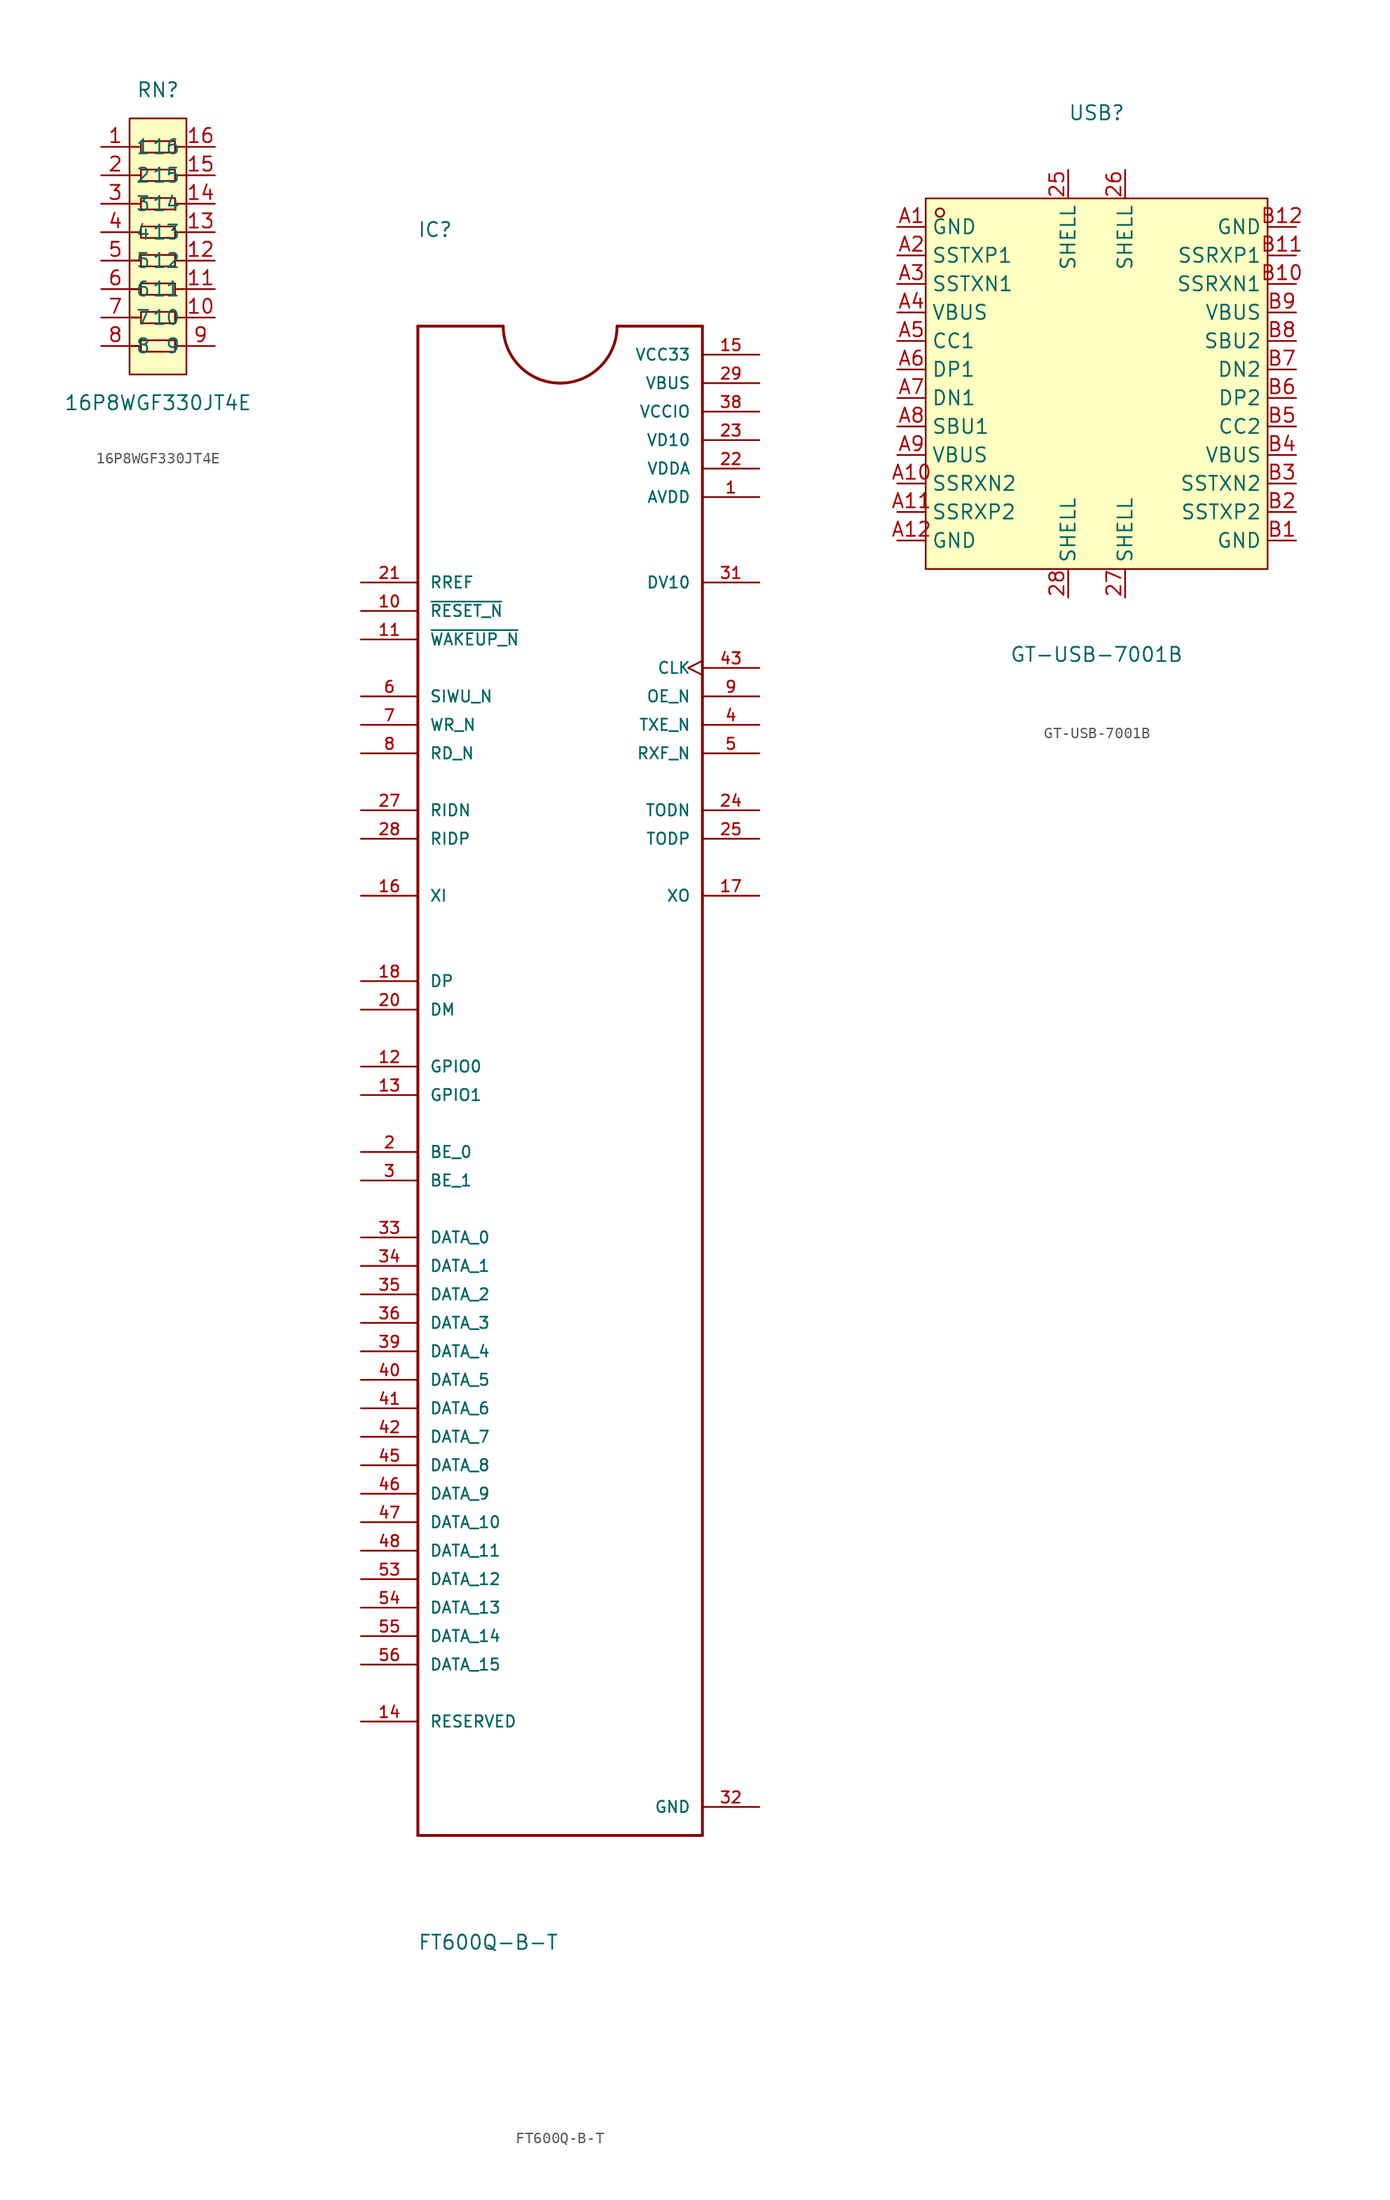
<source format=kicad_sym>
(kicad_symbol_lib
  (version 20231120)
  (generator "kicad_symbol_editor")
  (generator_version "8.0")
  (symbol "16P8WGF330JT4E"
    (property "Reference" "RN"
      (at 0 13.97 0)
      (effects (font (size 1.27 1.27))))
    (property "Value" "16P8WGF330JT4E"
      (at 0 -13.97 0)
      (effects (font (size 1.27 1.27))))
    (symbol "16P8WGF330JT4E_0_1"
      (rectangle (start -2.54 11.43) (end 2.54 -11.43) (stroke (width 0) (type default)) (fill (type background)))
      (rectangle (start -1.52 -8.38) (end 1.52 -9.4) (stroke (width 0) (type default)) (fill (type background)))
      (rectangle (start -1.52 -5.84) (end 1.52 -6.86) (stroke (width 0) (type default)) (fill (type background)))
      (rectangle (start -1.52 -3.3) (end 1.52 -4.32) (stroke (width 0) (type default)) (fill (type background)))
      (rectangle (start -1.52 -0.76) (end 1.52 -1.78) (stroke (width 0) (type default)) (fill (type background)))
      (rectangle (start -1.52 1.78) (end 1.52 0.76) (stroke (width 0) (type default)) (fill (type background)))
      (rectangle (start -1.52 4.32) (end 1.52 3.3) (stroke (width 0) (type default)) (fill (type background)))
      (rectangle (start -1.52 6.86) (end 1.52 5.84) (stroke (width 0) (type default)) (fill (type background)))
      (rectangle (start -1.52 9.4) (end 1.52 8.38) (stroke (width 0) (type default)) (fill (type background)))
      (polyline (pts (xy -2.54 -8.89) (xy -1.52 -8.89)) (stroke (width 0) (type default)) (fill (type none)))
      (polyline (pts (xy -2.54 -6.35) (xy -1.52 -6.35)) (stroke (width 0) (type default)) (fill (type none)))
      (polyline (pts (xy -2.54 -3.81) (xy -1.52 -3.81)) (stroke (width 0) (type default)) (fill (type none)))
      (polyline (pts (xy -2.54 1.27) (xy -1.52 1.27)) (stroke (width 0) (type default)) (fill (type none)))
      (polyline (pts (xy -2.54 3.81) (xy -1.52 3.81)) (stroke (width 0) (type default)) (fill (type none)))
      (polyline (pts (xy -2.54 6.35) (xy -1.52 6.35)) (stroke (width 0) (type default)) (fill (type none)))
      (polyline (pts (xy -1.52 -8.89) (xy -2.54 -8.89)) (stroke (width 0) (type default)) (fill (type none)))
      (polyline (pts (xy -1.52 -6.35) (xy -2.54 -6.35)) (stroke (width 0) (type default)) (fill (type none)))
      (polyline (pts (xy -1.52 -3.81) (xy -2.54 -3.81)) (stroke (width 0) (type default)) (fill (type none)))
      (polyline (pts (xy -1.52 -1.27) (xy -2.54 -1.27)) (stroke (width 0) (type default)) (fill (type none)))
      (polyline (pts (xy -1.52 -1.27) (xy -2.54 -1.27)) (stroke (width 0) (type default)) (fill (type none)))
      (polyline (pts (xy -1.52 8.89) (xy -2.54 8.89)) (stroke (width 0) (type default)) (fill (type none)))
      (polyline (pts (xy 1.52 -8.89) (xy 2.54 -8.89)) (stroke (width 0) (type default)) (fill (type none)))
      (polyline (pts (xy 1.52 -6.35) (xy 2.54 -6.35)) (stroke (width 0) (type default)) (fill (type none)))
      (polyline (pts (xy 1.52 -3.81) (xy 2.54 -3.81)) (stroke (width 0) (type default)) (fill (type none)))
      (polyline (pts (xy 1.52 -1.27) (xy 2.54 -1.27)) (stroke (width 0) (type default)) (fill (type none)))
      (polyline (pts (xy 1.52 1.27) (xy 2.54 1.27)) (stroke (width 0) (type default)) (fill (type none)))
      (polyline (pts (xy 1.52 3.81) (xy 2.54 3.81)) (stroke (width 0) (type default)) (fill (type none)))
      (polyline (pts (xy 1.52 6.35) (xy 2.54 6.35)) (stroke (width 0) (type default)) (fill (type none)))
      (polyline (pts (xy 2.54 8.89) (xy 1.52 8.89)) (stroke (width 0) (type default)) (fill (type none)))
      (pin unspecified line (at -5.08 8.89 0) (length 2.54) (name "1" (effects (font (size 1.27 1.27)))) (number "1" (effects (font (size 1.27 1.27)))))
      (pin unspecified line (at 5.08 -6.35 180) (length 2.54) (name "10" (effects (font (size 1.27 1.27)))) (number "10" (effects (font (size 1.27 1.27)))))
      (pin unspecified line (at 5.08 -3.81 180) (length 2.54) (name "11" (effects (font (size 1.27 1.27)))) (number "11" (effects (font (size 1.27 1.27)))))
      (pin unspecified line (at 5.08 -1.27 180) (length 2.54) (name "12" (effects (font (size 1.27 1.27)))) (number "12" (effects (font (size 1.27 1.27)))))
      (pin unspecified line (at 5.08 1.27 180) (length 2.54) (name "13" (effects (font (size 1.27 1.27)))) (number "13" (effects (font (size 1.27 1.27)))))
      (pin unspecified line (at 5.08 3.81 180) (length 2.54) (name "14" (effects (font (size 1.27 1.27)))) (number "14" (effects (font (size 1.27 1.27)))))
      (pin unspecified line (at 5.08 6.35 180) (length 2.54) (name "15" (effects (font (size 1.27 1.27)))) (number "15" (effects (font (size 1.27 1.27)))))
      (pin unspecified line (at 5.08 8.89 180) (length 2.54) (name "16" (effects (font (size 1.27 1.27)))) (number "16" (effects (font (size 1.27 1.27)))))
      (pin unspecified line (at -5.08 6.35 0) (length 2.54) (name "2" (effects (font (size 1.27 1.27)))) (number "2" (effects (font (size 1.27 1.27)))))
      (pin unspecified line (at -5.08 3.81 0) (length 2.54) (name "3" (effects (font (size 1.27 1.27)))) (number "3" (effects (font (size 1.27 1.27)))))
      (pin unspecified line (at -5.08 1.27 0) (length 2.54) (name "4" (effects (font (size 1.27 1.27)))) (number "4" (effects (font (size 1.27 1.27)))))
      (pin unspecified line (at -5.08 -1.27 0) (length 2.54) (name "5" (effects (font (size 1.27 1.27)))) (number "5" (effects (font (size 1.27 1.27)))))
      (pin unspecified line (at -5.08 -3.81 0) (length 2.54) (name "6" (effects (font (size 1.27 1.27)))) (number "6" (effects (font (size 1.27 1.27)))))
      (pin unspecified line (at -5.08 -6.35 0) (length 2.54) (name "7" (effects (font (size 1.27 1.27)))) (number "7" (effects (font (size 1.27 1.27)))))
      (pin unspecified line (at -5.08 -8.89 0) (length 2.54) (name "8" (effects (font (size 1.27 1.27)))) (number "8" (effects (font (size 1.27 1.27)))))
      (pin unspecified line (at 5.08 -8.89 180) (length 2.54) (name "9" (effects (font (size 1.27 1.27)))) (number "9" (effects (font (size 1.27 1.27)))))))
  (symbol "FT600Q-B-T"
    (pin_names
      (offset 1.016))
    (property "Reference" "IC"
      (at -12.74 76.441 0)
      (effects (font (size 1.27 1.27)) (justify left bottom)))
    (property "Value" "FT600Q-B-T"
      (at -12.72 -76.321 0)
      (effects (font (size 1.27 1.27)) (justify left bottom)))
    (symbol "FT600Q-B-T_0_0"
      (arc (start -5.08 68.58) (mid 0 63.5221) (end 5.08 68.58) (stroke (width 0.254) (type default)) (fill (type none)))
      (polyline (pts (xy -12.7 -66.04) (xy 12.7 -66.04)) (stroke (width 0.254) (type default)) (fill (type none)))
      (polyline (pts (xy -12.7 68.58) (xy -12.7 -66.04)) (stroke (width 0.254) (type default)) (fill (type none)))
      (polyline (pts (xy -5.08 68.58) (xy -12.7 68.58)) (stroke (width 0.254) (type default)) (fill (type none)))
      (polyline (pts (xy 12.7 -66.04) (xy 12.7 68.58)) (stroke (width 0.254) (type default)) (fill (type none)))
      (polyline (pts (xy 12.7 68.58) (xy 5.08 68.58)) (stroke (width 0.254) (type default)) (fill (type none)))
      (pin power_in line (at 17.78 53.34 180) (length 5.08) (name "AVDD" (effects (font (size 1.016 1.016)))) (number "1" (effects (font (size 1.016 1.016)))))
      (pin input line (at -17.78 43.18 0) (length 5.08) (name "~{RESET_N}" (effects (font (size 1.016 1.016)))) (number "10" (effects (font (size 1.016 1.016)))))
      (pin input line (at -17.78 40.64 0) (length 5.08) (name "~{WAKEUP_N}" (effects (font (size 1.016 1.016)))) (number "11" (effects (font (size 1.016 1.016)))))
      (pin bidirectional line (at -17.78 2.54 0) (length 5.08) (name "GPIO0" (effects (font (size 1.016 1.016)))) (number "12" (effects (font (size 1.016 1.016)))))
      (pin bidirectional line (at -17.78 0 0) (length 5.08) (name "GPIO1" (effects (font (size 1.016 1.016)))) (number "13" (effects (font (size 1.016 1.016)))))
      (pin bidirectional line (at -17.78 -55.88 0) (length 5.08) (name "RESERVED" (effects (font (size 1.016 1.016)))) (number "14" (effects (font (size 1.016 1.016)))))
      (pin power_in line (at 17.78 66.04 180) (length 5.08) (name "VCC33" (effects (font (size 1.016 1.016)))) (number "15" (effects (font (size 1.016 1.016)))))
      (pin input line (at -17.78 17.78 0) (length 5.08) (name "XI" (effects (font (size 1.016 1.016)))) (number "16" (effects (font (size 1.016 1.016)))))
      (pin output line (at 17.78 17.78 180) (length 5.08) (name "XO" (effects (font (size 1.016 1.016)))) (number "17" (effects (font (size 1.016 1.016)))))
      (pin bidirectional line (at -17.78 10.16 0) (length 5.08) (name "DP" (effects (font (size 1.016 1.016)))) (number "18" (effects (font (size 1.016 1.016)))))
      (pin bidirectional line (at -17.78 -5.08 0) (length 5.08) (name "BE_0" (effects (font (size 1.016 1.016)))) (number "2" (effects (font (size 1.016 1.016)))))
      (pin bidirectional line (at -17.78 7.62 0) (length 5.08) (name "DM" (effects (font (size 1.016 1.016)))) (number "20" (effects (font (size 1.016 1.016)))))
      (pin input line (at -17.78 45.72 0) (length 5.08) (name "RREF" (effects (font (size 1.016 1.016)))) (number "21" (effects (font (size 1.016 1.016)))))
      (pin power_in line (at 17.78 55.88 180) (length 5.08) (name "VDDA" (effects (font (size 1.016 1.016)))) (number "22" (effects (font (size 1.016 1.016)))))
      (pin power_in line (at 17.78 58.42 180) (length 5.08) (name "VD10" (effects (font (size 1.016 1.016)))) (number "23" (effects (font (size 1.016 1.016)))))
      (pin output line (at 17.78 25.4 180) (length 5.08) (name "TODN" (effects (font (size 1.016 1.016)))) (number "24" (effects (font (size 1.016 1.016)))))
      (pin output line (at 17.78 22.86 180) (length 5.08) (name "TODP" (effects (font (size 1.016 1.016)))) (number "25" (effects (font (size 1.016 1.016)))))
      (pin input line (at -17.78 25.4 0) (length 5.08) (name "RIDN" (effects (font (size 1.016 1.016)))) (number "27" (effects (font (size 1.016 1.016)))))
      (pin input line (at -17.78 22.86 0) (length 5.08) (name "RIDP" (effects (font (size 1.016 1.016)))) (number "28" (effects (font (size 1.016 1.016)))))
      (pin power_in line (at 17.78 63.5 180) (length 5.08) (name "VBUS" (effects (font (size 1.016 1.016)))) (number "29" (effects (font (size 1.016 1.016)))))
      (pin bidirectional line (at -17.78 -7.62 0) (length 5.08) (name "BE_1" (effects (font (size 1.016 1.016)))) (number "3" (effects (font (size 1.016 1.016)))))
      (pin output line (at 17.78 45.72 180) (length 5.08) (name "DV10" (effects (font (size 1.016 1.016)))) (number "31" (effects (font (size 1.016 1.016)))))
      (pin passive line (at 17.78 -63.5 180) (length 5.08) (name "GND" (effects (font (size 1.016 1.016)))) (number "32" (effects (font (size 1.016 1.016)))))
      (pin bidirectional line (at -17.78 -12.7 0) (length 5.08) (name "DATA_0" (effects (font (size 1.016 1.016)))) (number "33" (effects (font (size 1.016 1.016)))))
      (pin bidirectional line (at -17.78 -15.24 0) (length 5.08) (name "DATA_1" (effects (font (size 1.016 1.016)))) (number "34" (effects (font (size 1.016 1.016)))))
      (pin bidirectional line (at -17.78 -17.78 0) (length 5.08) (name "DATA_2" (effects (font (size 1.016 1.016)))) (number "35" (effects (font (size 1.016 1.016)))))
      (pin bidirectional line (at -17.78 -20.32 0) (length 5.08) (name "DATA_3" (effects (font (size 1.016 1.016)))) (number "36" (effects (font (size 1.016 1.016)))))
      (pin power_in line (at 17.78 60.96 180) (length 5.08) (name "VCCIO" (effects (font (size 1.016 1.016)))) (number "38" (effects (font (size 1.016 1.016)))))
      (pin bidirectional line (at -17.78 -22.86 0) (length 5.08) (name "DATA_4" (effects (font (size 1.016 1.016)))) (number "39" (effects (font (size 1.016 1.016)))))
      (pin output line (at 17.78 33.02 180) (length 5.08) (name "TXE_N" (effects (font (size 1.016 1.016)))) (number "4" (effects (font (size 1.016 1.016)))))
      (pin bidirectional line (at -17.78 -25.4 0) (length 5.08) (name "DATA_5" (effects (font (size 1.016 1.016)))) (number "40" (effects (font (size 1.016 1.016)))))
      (pin bidirectional line (at -17.78 -27.94 0) (length 5.08) (name "DATA_6" (effects (font (size 1.016 1.016)))) (number "41" (effects (font (size 1.016 1.016)))))
      (pin bidirectional line (at -17.78 -30.48 0) (length 5.08) (name "DATA_7" (effects (font (size 1.016 1.016)))) (number "42" (effects (font (size 1.016 1.016)))))
      (pin output clock (at 17.78 38.1 180) (length 5.08) (name "CLK" (effects (font (size 1.016 1.016)))) (number "43" (effects (font (size 1.016 1.016)))))
      (pin bidirectional line (at -17.78 -33.02 0) (length 5.08) (name "DATA_8" (effects (font (size 1.016 1.016)))) (number "45" (effects (font (size 1.016 1.016)))))
      (pin bidirectional line (at -17.78 -35.56 0) (length 5.08) (name "DATA_9" (effects (font (size 1.016 1.016)))) (number "46" (effects (font (size 1.016 1.016)))))
      (pin bidirectional line (at -17.78 -38.1 0) (length 5.08) (name "DATA_10" (effects (font (size 1.016 1.016)))) (number "47" (effects (font (size 1.016 1.016)))))
      (pin bidirectional line (at -17.78 -40.64 0) (length 5.08) (name "DATA_11" (effects (font (size 1.016 1.016)))) (number "48" (effects (font (size 1.016 1.016)))))
      (pin output line (at 17.78 30.48 180) (length 5.08) (name "RXF_N" (effects (font (size 1.016 1.016)))) (number "5" (effects (font (size 1.016 1.016)))))
      (pin bidirectional line (at -17.78 -43.18 0) (length 5.08) (name "DATA_12" (effects (font (size 1.016 1.016)))) (number "53" (effects (font (size 1.016 1.016)))))
      (pin bidirectional line (at -17.78 -45.72 0) (length 5.08) (name "DATA_13" (effects (font (size 1.016 1.016)))) (number "54" (effects (font (size 1.016 1.016)))))
      (pin bidirectional line (at -17.78 -48.26 0) (length 5.08) (name "DATA_14" (effects (font (size 1.016 1.016)))) (number "55" (effects (font (size 1.016 1.016)))))
      (pin bidirectional line (at -17.78 -50.8 0) (length 5.08) (name "DATA_15" (effects (font (size 1.016 1.016)))) (number "56" (effects (font (size 1.016 1.016)))))
      (pin input line (at -17.78 35.56 0) (length 5.08) (name "SIWU_N" (effects (font (size 1.016 1.016)))) (number "6" (effects (font (size 1.016 1.016)))))
      (pin input line (at -17.78 33.02 0) (length 5.08) (name "WR_N" (effects (font (size 1.016 1.016)))) (number "7" (effects (font (size 1.016 1.016)))))
      (pin input line (at -17.78 30.48 0) (length 5.08) (name "RD_N" (effects (font (size 1.016 1.016)))) (number "8" (effects (font (size 1.016 1.016)))))
      (pin output line (at 17.78 35.56 180) (length 5.08) (name "OE_N" (effects (font (size 1.016 1.016)))) (number "9" (effects (font (size 1.016 1.016)))))))
  (symbol "GT-USB-7001B"
    (property "Reference" "USB"
      (at 0 25.4 0)
      (effects (font (size 1.27 1.27))))
    (property "Value" "GT-USB-7001B"
      (at 0 -22.86 0)
      (effects (font (size 1.27 1.27))))
    (symbol "GT-USB-7001B_0_1"
      (rectangle (start -15.24 17.78) (end 15.24 -15.24) (stroke (width 0) (type default)) (fill (type background)))
      (circle (center -13.97 16.51) (radius 0.38) (stroke (width 0) (type default)) (fill (type none)))
      (pin unspecified line (at -2.54 20.32 270) (length 2.54) (name "SHELL" (effects (font (size 1.27 1.27)))) (number "25" (effects (font (size 1.27 1.27)))))
      (pin unspecified line (at 2.54 20.32 270) (length 2.54) (name "SHELL" (effects (font (size 1.27 1.27)))) (number "26" (effects (font (size 1.27 1.27)))))
      (pin unspecified line (at 2.54 -17.78 90) (length 2.54) (name "SHELL" (effects (font (size 1.27 1.27)))) (number "27" (effects (font (size 1.27 1.27)))))
      (pin unspecified line (at -2.54 -17.78 90) (length 2.54) (name "SHELL" (effects (font (size 1.27 1.27)))) (number "28" (effects (font (size 1.27 1.27)))))
      (pin unspecified line (at -17.78 15.24 0) (length 2.54) (name "GND" (effects (font (size 1.27 1.27)))) (number "A1" (effects (font (size 1.27 1.27)))))
      (pin unspecified line (at -17.78 -7.62 0) (length 2.54) (name "SSRXN2" (effects (font (size 1.27 1.27)))) (number "A10" (effects (font (size 1.27 1.27)))))
      (pin unspecified line (at -17.78 -10.16 0) (length 2.54) (name "SSRXP2" (effects (font (size 1.27 1.27)))) (number "A11" (effects (font (size 1.27 1.27)))))
      (pin unspecified line (at -17.78 -12.7 0) (length 2.54) (name "GND" (effects (font (size 1.27 1.27)))) (number "A12" (effects (font (size 1.27 1.27)))))
      (pin unspecified line (at -17.78 12.7 0) (length 2.54) (name "SSTXP1" (effects (font (size 1.27 1.27)))) (number "A2" (effects (font (size 1.27 1.27)))))
      (pin unspecified line (at -17.78 10.16 0) (length 2.54) (name "SSTXN1" (effects (font (size 1.27 1.27)))) (number "A3" (effects (font (size 1.27 1.27)))))
      (pin unspecified line (at -17.78 7.62 0) (length 2.54) (name "VBUS" (effects (font (size 1.27 1.27)))) (number "A4" (effects (font (size 1.27 1.27)))))
      (pin unspecified line (at -17.78 5.08 0) (length 2.54) (name "CC1" (effects (font (size 1.27 1.27)))) (number "A5" (effects (font (size 1.27 1.27)))))
      (pin unspecified line (at -17.78 2.54 0) (length 2.54) (name "DP1" (effects (font (size 1.27 1.27)))) (number "A6" (effects (font (size 1.27 1.27)))))
      (pin unspecified line (at -17.78 0 0) (length 2.54) (name "DN1" (effects (font (size 1.27 1.27)))) (number "A7" (effects (font (size 1.27 1.27)))))
      (pin unspecified line (at -17.78 -2.54 0) (length 2.54) (name "SBU1" (effects (font (size 1.27 1.27)))) (number "A8" (effects (font (size 1.27 1.27)))))
      (pin unspecified line (at -17.78 -5.08 0) (length 2.54) (name "VBUS" (effects (font (size 1.27 1.27)))) (number "A9" (effects (font (size 1.27 1.27)))))
      (pin unspecified line (at 17.78 -12.7 180) (length 2.54) (name "GND" (effects (font (size 1.27 1.27)))) (number "B1" (effects (font (size 1.27 1.27)))))
      (pin unspecified line (at 17.78 10.16 180) (length 2.54) (name "SSRXN1" (effects (font (size 1.27 1.27)))) (number "B10" (effects (font (size 1.27 1.27)))))
      (pin unspecified line (at 17.78 12.7 180) (length 2.54) (name "SSRXP1" (effects (font (size 1.27 1.27)))) (number "B11" (effects (font (size 1.27 1.27)))))
      (pin unspecified line (at 17.78 15.24 180) (length 2.54) (name "GND" (effects (font (size 1.27 1.27)))) (number "B12" (effects (font (size 1.27 1.27)))))
      (pin unspecified line (at 17.78 -10.16 180) (length 2.54) (name "SSTXP2" (effects (font (size 1.27 1.27)))) (number "B2" (effects (font (size 1.27 1.27)))))
      (pin unspecified line (at 17.78 -7.62 180) (length 2.54) (name "SSTXN2" (effects (font (size 1.27 1.27)))) (number "B3" (effects (font (size 1.27 1.27)))))
      (pin unspecified line (at 17.78 -5.08 180) (length 2.54) (name "VBUS" (effects (font (size 1.27 1.27)))) (number "B4" (effects (font (size 1.27 1.27)))))
      (pin unspecified line (at 17.78 -2.54 180) (length 2.54) (name "CC2" (effects (font (size 1.27 1.27)))) (number "B5" (effects (font (size 1.27 1.27)))))
      (pin unspecified line (at 17.78 0 180) (length 2.54) (name "DP2" (effects (font (size 1.27 1.27)))) (number "B6" (effects (font (size 1.27 1.27)))))
      (pin unspecified line (at 17.78 2.54 180) (length 2.54) (name "DN2" (effects (font (size 1.27 1.27)))) (number "B7" (effects (font (size 1.27 1.27)))))
      (pin unspecified line (at 17.78 5.08 180) (length 2.54) (name "SBU2" (effects (font (size 1.27 1.27)))) (number "B8" (effects (font (size 1.27 1.27)))))
      (pin unspecified line (at 17.78 7.62 180) (length 2.54) (name "VBUS" (effects (font (size 1.27 1.27)))) (number "B9" (effects (font (size 1.27 1.27))))))))
</source>
